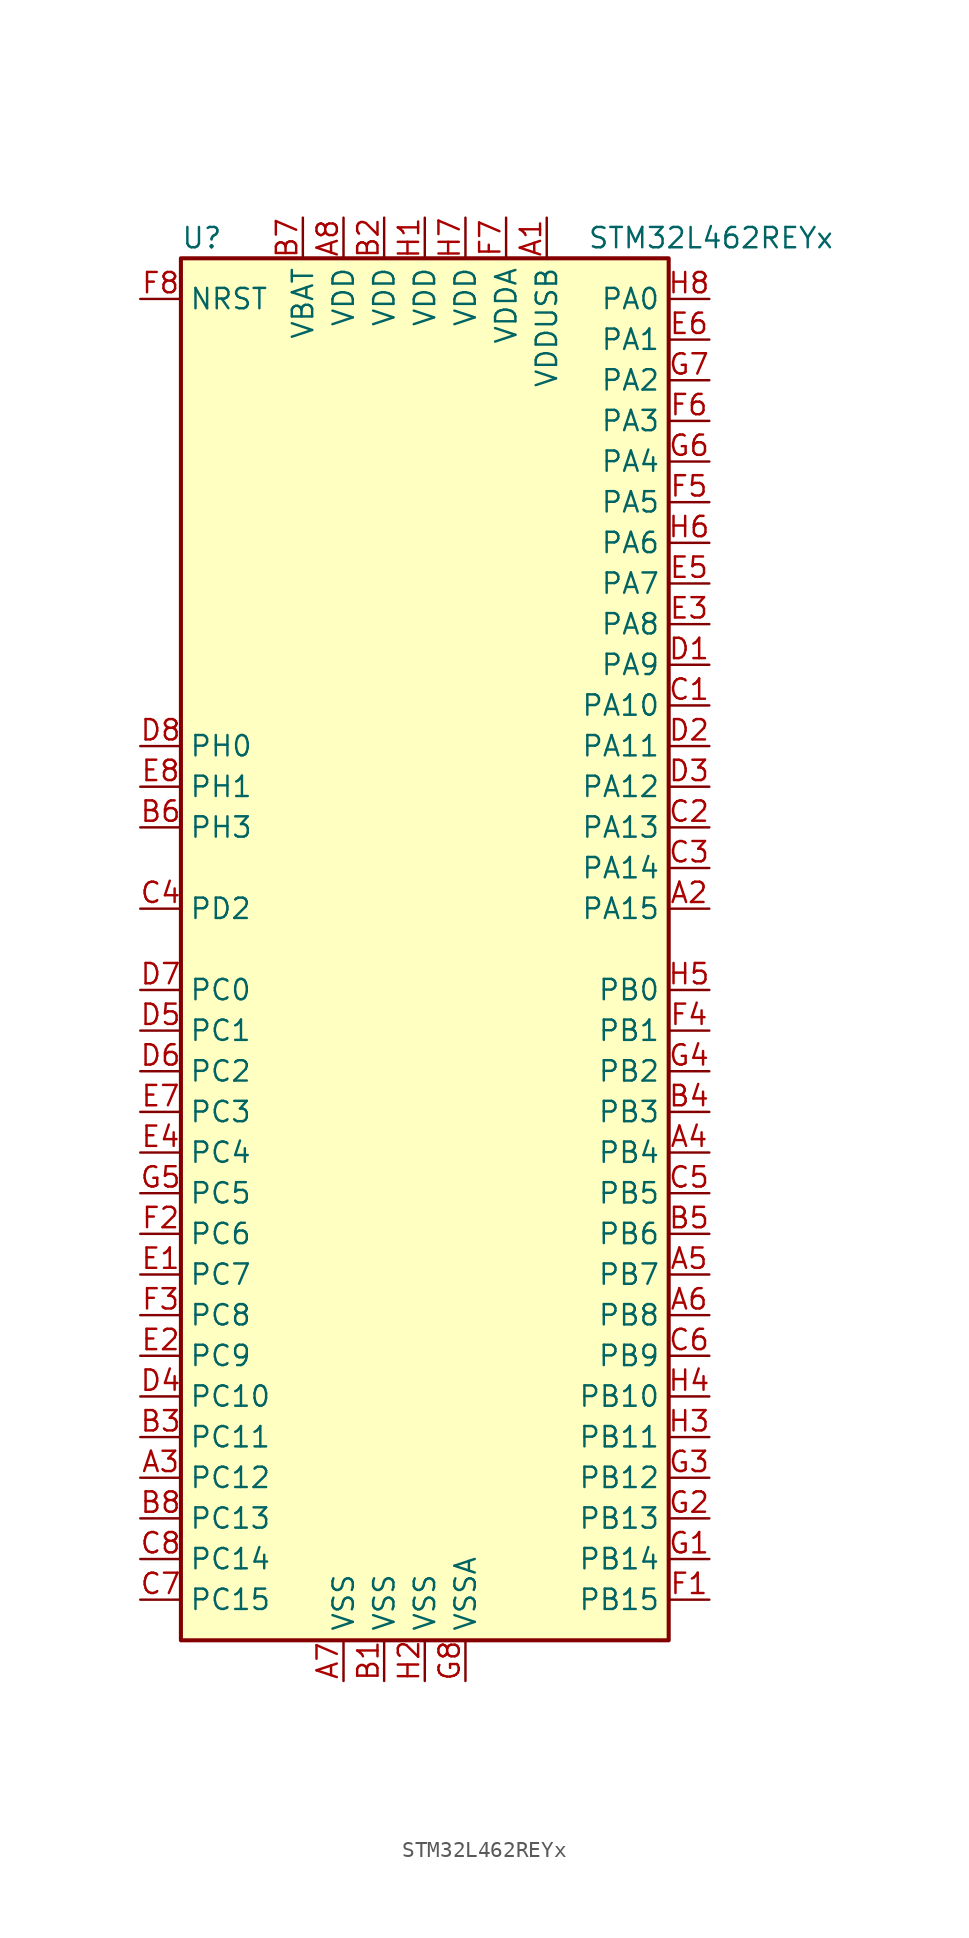
<source format=kicad_sym>
(kicad_symbol_lib
  (version 20201005)
  (generator kicad_symbol_editor)
  (symbol "MCU_ST_STM32L4:STM32L462REYx"
    (property "Reference" "U"
      (at -15.24 44.45 0)
      (effects (font (size 1.27 1.27)) (justify left)))
    (property "Value" "STM32L462REYx"
      (at 10.16 44.45 0)
      (effects (font (size 1.27 1.27)) (justify left)))
    (symbol "STM32L462REYx_0_1"
      (rectangle (start -15.24 -43.18) (end 15.24 43.18) (stroke (width 0.254)) (fill (type background))))
    (symbol "STM32L462REYx_1_1"
      (pin power_in line (at 7.62 45.72 270) (length 2.54) (name "VDDUSB" (effects (font (size 1.27 1.27)))) (number "A1" (effects (font (size 1.27 1.27)))))
      (pin bidirectional line (at 17.78 2.54 180) (length 2.54) (name "PA15" (effects (font (size 1.27 1.27)))) (number "A2" (effects (font (size 1.27 1.27)))))
      (pin bidirectional line (at -17.78 -33.02 0) (length 2.54) (name "PC12" (effects (font (size 1.27 1.27)))) (number "A3" (effects (font (size 1.27 1.27)))))
      (pin bidirectional line (at 17.78 -12.7 180) (length 2.54) (name "PB4" (effects (font (size 1.27 1.27)))) (number "A4" (effects (font (size 1.27 1.27)))))
      (pin bidirectional line (at 17.78 -20.32 180) (length 2.54) (name "PB7" (effects (font (size 1.27 1.27)))) (number "A5" (effects (font (size 1.27 1.27)))))
      (pin bidirectional line (at 17.78 -22.86 180) (length 2.54) (name "PB8" (effects (font (size 1.27 1.27)))) (number "A6" (effects (font (size 1.27 1.27)))))
      (pin power_in line (at -5.08 -45.72 90) (length 2.54) (name "VSS" (effects (font (size 1.27 1.27)))) (number "A7" (effects (font (size 1.27 1.27)))))
      (pin power_in line (at -5.08 45.72 270) (length 2.54) (name "VDD" (effects (font (size 1.27 1.27)))) (number "A8" (effects (font (size 1.27 1.27)))))
      (pin power_in line (at -2.54 -45.72 90) (length 2.54) (name "VSS" (effects (font (size 1.27 1.27)))) (number "B1" (effects (font (size 1.27 1.27)))))
      (pin power_in line (at -2.54 45.72 270) (length 2.54) (name "VDD" (effects (font (size 1.27 1.27)))) (number "B2" (effects (font (size 1.27 1.27)))))
      (pin bidirectional line (at -17.78 -30.48 0) (length 2.54) (name "PC11" (effects (font (size 1.27 1.27)))) (number "B3" (effects (font (size 1.27 1.27)))))
      (pin bidirectional line (at 17.78 -10.16 180) (length 2.54) (name "PB3" (effects (font (size 1.27 1.27)))) (number "B4" (effects (font (size 1.27 1.27)))))
      (pin bidirectional line (at 17.78 -17.78 180) (length 2.54) (name "PB6" (effects (font (size 1.27 1.27)))) (number "B5" (effects (font (size 1.27 1.27)))))
      (pin bidirectional line (at -17.78 7.62 0) (length 2.54) (name "PH3" (effects (font (size 1.27 1.27)))) (number "B6" (effects (font (size 1.27 1.27)))))
      (pin power_in line (at -7.62 45.72 270) (length 2.54) (name "VBAT" (effects (font (size 1.27 1.27)))) (number "B7" (effects (font (size 1.27 1.27)))))
      (pin bidirectional line (at -17.78 -35.56 0) (length 2.54) (name "PC13" (effects (font (size 1.27 1.27)))) (number "B8" (effects (font (size 1.27 1.27)))))
      (pin bidirectional line (at 17.78 15.24 180) (length 2.54) (name "PA10" (effects (font (size 1.27 1.27)))) (number "C1" (effects (font (size 1.27 1.27)))))
      (pin bidirectional line (at 17.78 7.62 180) (length 2.54) (name "PA13" (effects (font (size 1.27 1.27)))) (number "C2" (effects (font (size 1.27 1.27)))))
      (pin bidirectional line (at 17.78 5.08 180) (length 2.54) (name "PA14" (effects (font (size 1.27 1.27)))) (number "C3" (effects (font (size 1.27 1.27)))))
      (pin bidirectional line (at -17.78 2.54 0) (length 2.54) (name "PD2" (effects (font (size 1.27 1.27)))) (number "C4" (effects (font (size 1.27 1.27)))))
      (pin bidirectional line (at 17.78 -15.24 180) (length 2.54) (name "PB5" (effects (font (size 1.27 1.27)))) (number "C5" (effects (font (size 1.27 1.27)))))
      (pin bidirectional line (at 17.78 -25.4 180) (length 2.54) (name "PB9" (effects (font (size 1.27 1.27)))) (number "C6" (effects (font (size 1.27 1.27)))))
      (pin bidirectional line (at -17.78 -40.64 0) (length 2.54) (name "PC15" (effects (font (size 1.27 1.27)))) (number "C7" (effects (font (size 1.27 1.27)))))
      (pin bidirectional line (at -17.78 -38.1 0) (length 2.54) (name "PC14" (effects (font (size 1.27 1.27)))) (number "C8" (effects (font (size 1.27 1.27)))))
      (pin bidirectional line (at 17.78 17.78 180) (length 2.54) (name "PA9" (effects (font (size 1.27 1.27)))) (number "D1" (effects (font (size 1.27 1.27)))))
      (pin bidirectional line (at 17.78 12.7 180) (length 2.54) (name "PA11" (effects (font (size 1.27 1.27)))) (number "D2" (effects (font (size 1.27 1.27)))))
      (pin bidirectional line (at 17.78 10.16 180) (length 2.54) (name "PA12" (effects (font (size 1.27 1.27)))) (number "D3" (effects (font (size 1.27 1.27)))))
      (pin bidirectional line (at -17.78 -27.94 0) (length 2.54) (name "PC10" (effects (font (size 1.27 1.27)))) (number "D4" (effects (font (size 1.27 1.27)))))
      (pin bidirectional line (at -17.78 -5.08 0) (length 2.54) (name "PC1" (effects (font (size 1.27 1.27)))) (number "D5" (effects (font (size 1.27 1.27)))))
      (pin bidirectional line (at -17.78 -7.62 0) (length 2.54) (name "PC2" (effects (font (size 1.27 1.27)))) (number "D6" (effects (font (size 1.27 1.27)))))
      (pin bidirectional line (at -17.78 -2.54 0) (length 2.54) (name "PC0" (effects (font (size 1.27 1.27)))) (number "D7" (effects (font (size 1.27 1.27)))))
      (pin input line (at -17.78 12.7 0) (length 2.54) (name "PH0" (effects (font (size 1.27 1.27)))) (number "D8" (effects (font (size 1.27 1.27)))))
      (pin bidirectional line (at -17.78 -20.32 0) (length 2.54) (name "PC7" (effects (font (size 1.27 1.27)))) (number "E1" (effects (font (size 1.27 1.27)))))
      (pin bidirectional line (at -17.78 -25.4 0) (length 2.54) (name "PC9" (effects (font (size 1.27 1.27)))) (number "E2" (effects (font (size 1.27 1.27)))))
      (pin bidirectional line (at 17.78 20.32 180) (length 2.54) (name "PA8" (effects (font (size 1.27 1.27)))) (number "E3" (effects (font (size 1.27 1.27)))))
      (pin bidirectional line (at -17.78 -12.7 0) (length 2.54) (name "PC4" (effects (font (size 1.27 1.27)))) (number "E4" (effects (font (size 1.27 1.27)))))
      (pin bidirectional line (at 17.78 22.86 180) (length 2.54) (name "PA7" (effects (font (size 1.27 1.27)))) (number "E5" (effects (font (size 1.27 1.27)))))
      (pin bidirectional line (at 17.78 38.1 180) (length 2.54) (name "PA1" (effects (font (size 1.27 1.27)))) (number "E6" (effects (font (size 1.27 1.27)))))
      (pin bidirectional line (at -17.78 -10.16 0) (length 2.54) (name "PC3" (effects (font (size 1.27 1.27)))) (number "E7" (effects (font (size 1.27 1.27)))))
      (pin input line (at -17.78 10.16 0) (length 2.54) (name "PH1" (effects (font (size 1.27 1.27)))) (number "E8" (effects (font (size 1.27 1.27)))))
      (pin bidirectional line (at 17.78 -40.64 180) (length 2.54) (name "PB15" (effects (font (size 1.27 1.27)))) (number "F1" (effects (font (size 1.27 1.27)))))
      (pin bidirectional line (at -17.78 -17.78 0) (length 2.54) (name "PC6" (effects (font (size 1.27 1.27)))) (number "F2" (effects (font (size 1.27 1.27)))))
      (pin bidirectional line (at -17.78 -22.86 0) (length 2.54) (name "PC8" (effects (font (size 1.27 1.27)))) (number "F3" (effects (font (size 1.27 1.27)))))
      (pin bidirectional line (at 17.78 -5.08 180) (length 2.54) (name "PB1" (effects (font (size 1.27 1.27)))) (number "F4" (effects (font (size 1.27 1.27)))))
      (pin bidirectional line (at 17.78 27.94 180) (length 2.54) (name "PA5" (effects (font (size 1.27 1.27)))) (number "F5" (effects (font (size 1.27 1.27)))))
      (pin bidirectional line (at 17.78 33.02 180) (length 2.54) (name "PA3" (effects (font (size 1.27 1.27)))) (number "F6" (effects (font (size 1.27 1.27)))))
      (pin power_in line (at 5.08 45.72 270) (length 2.54) (name "VDDA" (effects (font (size 1.27 1.27)))) (number "F7" (effects (font (size 1.27 1.27)))))
      (pin input line (at -17.78 40.64 0) (length 2.54) (name "NRST" (effects (font (size 1.27 1.27)))) (number "F8" (effects (font (size 1.27 1.27)))))
      (pin bidirectional line (at 17.78 -38.1 180) (length 2.54) (name "PB14" (effects (font (size 1.27 1.27)))) (number "G1" (effects (font (size 1.27 1.27)))))
      (pin bidirectional line (at 17.78 -35.56 180) (length 2.54) (name "PB13" (effects (font (size 1.27 1.27)))) (number "G2" (effects (font (size 1.27 1.27)))))
      (pin bidirectional line (at 17.78 -33.02 180) (length 2.54) (name "PB12" (effects (font (size 1.27 1.27)))) (number "G3" (effects (font (size 1.27 1.27)))))
      (pin bidirectional line (at 17.78 -7.62 180) (length 2.54) (name "PB2" (effects (font (size 1.27 1.27)))) (number "G4" (effects (font (size 1.27 1.27)))))
      (pin bidirectional line (at -17.78 -15.24 0) (length 2.54) (name "PC5" (effects (font (size 1.27 1.27)))) (number "G5" (effects (font (size 1.27 1.27)))))
      (pin bidirectional line (at 17.78 30.48 180) (length 2.54) (name "PA4" (effects (font (size 1.27 1.27)))) (number "G6" (effects (font (size 1.27 1.27)))))
      (pin bidirectional line (at 17.78 35.56 180) (length 2.54) (name "PA2" (effects (font (size 1.27 1.27)))) (number "G7" (effects (font (size 1.27 1.27)))))
      (pin power_in line (at 2.54 -45.72 90) (length 2.54) (name "VSSA" (effects (font (size 1.27 1.27)))) (number "G8" (effects (font (size 1.27 1.27)))))
      (pin power_in line (at 0 45.72 270) (length 2.54) (name "VDD" (effects (font (size 1.27 1.27)))) (number "H1" (effects (font (size 1.27 1.27)))))
      (pin power_in line (at 0 -45.72 90) (length 2.54) (name "VSS" (effects (font (size 1.27 1.27)))) (number "H2" (effects (font (size 1.27 1.27)))))
      (pin bidirectional line (at 17.78 -30.48 180) (length 2.54) (name "PB11" (effects (font (size 1.27 1.27)))) (number "H3" (effects (font (size 1.27 1.27)))))
      (pin bidirectional line (at 17.78 -27.94 180) (length 2.54) (name "PB10" (effects (font (size 1.27 1.27)))) (number "H4" (effects (font (size 1.27 1.27)))))
      (pin bidirectional line (at 17.78 -2.54 180) (length 2.54) (name "PB0" (effects (font (size 1.27 1.27)))) (number "H5" (effects (font (size 1.27 1.27)))))
      (pin bidirectional line (at 17.78 25.4 180) (length 2.54) (name "PA6" (effects (font (size 1.27 1.27)))) (number "H6" (effects (font (size 1.27 1.27)))))
      (pin power_in line (at 2.54 45.72 270) (length 2.54) (name "VDD" (effects (font (size 1.27 1.27)))) (number "H7" (effects (font (size 1.27 1.27)))))
      (pin bidirectional line (at 17.78 40.64 180) (length 2.54) (name "PA0" (effects (font (size 1.27 1.27)))) (number "H8" (effects (font (size 1.27 1.27))))))))
</source>
